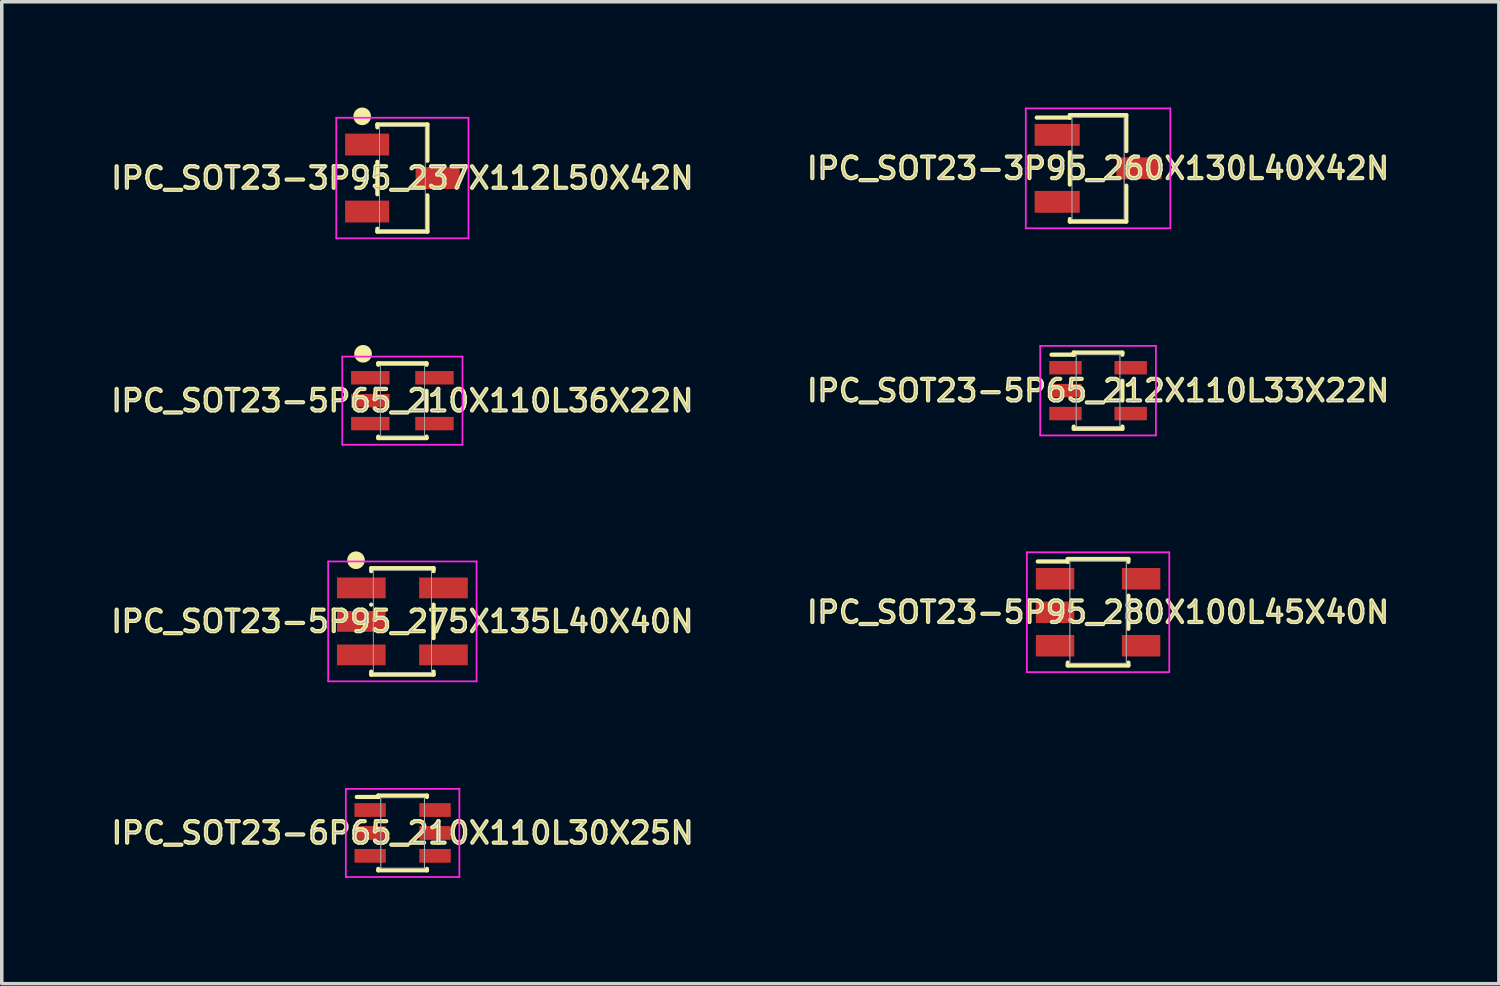
<source format=kicad_pcb>
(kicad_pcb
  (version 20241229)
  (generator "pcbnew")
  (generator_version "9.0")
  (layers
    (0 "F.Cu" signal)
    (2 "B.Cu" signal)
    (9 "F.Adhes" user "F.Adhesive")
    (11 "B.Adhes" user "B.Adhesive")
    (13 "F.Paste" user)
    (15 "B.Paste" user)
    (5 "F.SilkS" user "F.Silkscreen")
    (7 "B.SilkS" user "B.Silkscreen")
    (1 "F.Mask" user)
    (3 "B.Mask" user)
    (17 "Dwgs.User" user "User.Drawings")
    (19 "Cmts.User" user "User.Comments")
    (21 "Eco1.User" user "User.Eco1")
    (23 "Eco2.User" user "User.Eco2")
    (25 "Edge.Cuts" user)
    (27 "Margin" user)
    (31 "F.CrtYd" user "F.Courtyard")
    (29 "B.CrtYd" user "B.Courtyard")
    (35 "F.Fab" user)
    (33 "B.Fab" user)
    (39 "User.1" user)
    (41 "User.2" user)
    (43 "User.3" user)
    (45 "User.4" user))
  (footprint "IPC_SOT23-3P95_260X130L40X42N"
    (layer "F.Cu")
    (at 28.095 1.725)
    (property "Reference" "IPC_SOT23-3P95_260X130L40X42N" (at 0 0 0) (layer "F.SilkS") (effects (font (size 0.61 0.61) (thickness 0.12))))
    (attr smd)
    (fp_line (start -1.74 -1.44) (end -0.8 -1.44) (stroke (width 0.12) (type solid)) (layer "F.SilkS"))
    (fp_line (start -0.8 -1.51) (end 0.8 -1.51) (stroke (width 0.12) (type solid)) (layer "F.SilkS"))
    (fp_line (start -0.8 -1.44) (end -0.8 -1.51) (stroke (width 0.12) (type solid)) (layer "F.SilkS"))
    (fp_line (start -0.8 -1.44) (end -0.8 -1.44) (stroke (width 0.12) (type solid)) (layer "F.SilkS"))
    (fp_line (start -0.8 0.46) (end -0.8 -0.46) (stroke (width 0.12) (type solid)) (layer "F.SilkS"))
    (fp_line (start -0.8 1.51) (end -0.8 1.44) (stroke (width 0.12) (type solid)) (layer "F.SilkS"))
    (fp_line (start 0.8 -1.51) (end 0.8 -0.49) (stroke (width 0.12) (type solid)) (layer "F.SilkS"))
    (fp_line (start 0.8 0.49) (end 0.8 1.51) (stroke (width 0.12) (type solid)) (layer "F.SilkS"))
    (fp_line (start 0.8 1.51) (end -0.8 1.51) (stroke (width 0.12) (type solid)) (layer "F.SilkS"))
    (fp_line (start -2.05 -1.7) (end 2.05 -1.7) (stroke (width 0.05) (type solid)) (layer "F.CrtYd"))
    (fp_line (start -2.05 1.7) (end -2.05 -1.7) (stroke (width 0.05) (type solid)) (layer "F.CrtYd"))
    (fp_line (start 2.05 -1.7) (end 2.05 1.7) (stroke (width 0.05) (type solid)) (layer "F.CrtYd"))
    (fp_line (start 2.05 1.7) (end -2.05 1.7) (stroke (width 0.05) (type solid)) (layer "F.CrtYd"))
    (fp_line (start -0.74 -1.45) (end 0.74 -1.45) (stroke (width 0.03) (type solid)) (layer "F.Fab"))
    (fp_line (start -0.74 1.45) (end -0.74 -1.45) (stroke (width 0.03) (type solid)) (layer "F.Fab"))
    (fp_line (start 0.74 -1.45) (end 0.74 1.45) (stroke (width 0.03) (type solid)) (layer "F.Fab"))
    (fp_line (start 0.74 1.45) (end -0.74 1.45) (stroke (width 0.03) (type solid)) (layer "F.Fab"))
    (fp_text user "${REFERENCE}" (at 0 0 0) (layer "F.Fab") (effects (font (size 0.61 0.61) (thickness 0.025))))
    (pad "1" smd rect (at -1.16 -0.95 270) (size 0.62 1.28) (layers "F.Cu" "F.Mask" "F.Paste"))
    (pad "2" smd rect (at -1.16 0.95 270) (size 0.62 1.28) (layers "F.Cu" "F.Mask" "F.Paste"))
    (pad "3" smd rect (at 1.16 0 90) (size 0.62 1.28) (layers "F.Cu" "F.Mask" "F.Paste")))
  (footprint "IPC_SOT23-3P95_237X112L50X42N"
    (layer "F.Cu")
    (at 8.363 2)
    (property "Reference" "IPC_SOT23-3P95_237X112L50X42N" (at 0 0 0) (layer "F.SilkS") (effects (font (size 0.61 0.61) (thickness 0.12))))
    (attr smd)
    (fp_line (start -0.71 -1.52) (end -0.71 -1.44) (stroke (width 0.12) (type solid)) (layer "F.SilkS"))
    (fp_line (start -0.71 -0.46) (end -0.71 0.46) (stroke (width 0.12) (type solid)) (layer "F.SilkS"))
    (fp_line (start -0.71 1.44) (end -0.71 1.52) (stroke (width 0.12) (type solid)) (layer "F.SilkS"))
    (fp_line (start -0.71 1.52) (end 0.71 1.52) (stroke (width 0.12) (type solid)) (layer "F.SilkS"))
    (fp_line (start 0.71 -1.52) (end -0.71 -1.52) (stroke (width 0.12) (type solid)) (layer "F.SilkS"))
    (fp_line (start 0.71 -0.49) (end 0.71 -1.52) (stroke (width 0.12) (type solid)) (layer "F.SilkS"))
    (fp_line (start 0.71 1.52) (end 0.71 0.49) (stroke (width 0.12) (type solid)) (layer "F.SilkS"))
    (fp_circle (center -1.14 -1.75) (end -1.015 -1.75) (stroke (width 0.25) (type solid)) (fill no) (layer "F.SilkS"))
    (fp_line (start -1.875 -1.71) (end 1.875 -1.71) (stroke (width 0.05) (type solid)) (layer "F.CrtYd"))
    (fp_line (start -1.875 1.71) (end -1.875 -1.71) (stroke (width 0.05) (type solid)) (layer "F.CrtYd"))
    (fp_line (start 1.875 -1.71) (end 1.875 1.71) (stroke (width 0.05) (type solid)) (layer "F.CrtYd"))
    (fp_line (start 1.875 1.71) (end -1.875 1.71) (stroke (width 0.05) (type solid)) (layer "F.CrtYd"))
    (fp_line (start -0.65 -1.46) (end 0.65 -1.46) (stroke (width 0.025) (type solid)) (layer "F.Fab"))
    (fp_line (start -0.65 1.46) (end -0.65 -1.46) (stroke (width 0.025) (type solid)) (layer "F.Fab"))
    (fp_line (start 0.65 -1.46) (end 0.65 1.46) (stroke (width 0.025) (type solid)) (layer "F.Fab"))
    (fp_line (start 0.65 1.46) (end -0.65 1.46) (stroke (width 0.025) (type solid)) (layer "F.Fab"))
    (fp_text user "${REFERENCE}" (at 0 0 0) (layer "F.Fab") (effects (font (size 0.61 0.61) (thickness 0.025))))
    (pad "1" smd rect (at -1 -0.95 270) (size 0.62 1.25) (layers "F.Cu" "F.Mask" "F.Paste"))
    (pad "2" smd rect (at -1 0.95 270) (size 0.62 1.25) (layers "F.Cu" "F.Mask" "F.Paste"))
    (pad "3" smd rect (at 1 0 90) (size 0.62 1.25) (layers "F.Cu" "F.Mask" "F.Paste")))
  (footprint "IPC_SOT23-5P95_275X135L40X40N"
    (layer "F.Cu")
    (at 8.363 14.575)
    (property "Reference" "IPC_SOT23-5P95_275X135L40X40N" (at 0 0 0) (layer "F.SilkS") (effects (font (size 0.61 0.61) (thickness 0.12))))
    (attr smd)
    (fp_line (start -0.885 -1.51) (end -0.885 -1.425) (stroke (width 0.12) (type solid)) (layer "F.SilkS"))
    (fp_line (start -0.885 -0.475) (end -0.885 -0.475) (stroke (width 0.12) (type solid)) (layer "F.SilkS"))
    (fp_line (start -0.885 1.425) (end -0.885 1.51) (stroke (width 0.12) (type solid)) (layer "F.SilkS"))
    (fp_line (start -0.885 1.51) (end 0.885 1.51) (stroke (width 0.12) (type solid)) (layer "F.SilkS"))
    (fp_line (start 0.885 -1.51) (end -0.885 -1.51) (stroke (width 0.12) (type solid)) (layer "F.SilkS"))
    (fp_line (start 0.885 -1.425) (end 0.885 -1.51) (stroke (width 0.12) (type solid)) (layer "F.SilkS"))
    (fp_line (start 0.885 0.475) (end 0.885 -0.475) (stroke (width 0.12) (type solid)) (layer "F.SilkS"))
    (fp_line (start 0.885 1.51) (end 0.885 1.425) (stroke (width 0.12) (type solid)) (layer "F.SilkS"))
    (fp_circle (center -1.315 -1.735) (end -1.19 -1.735) (stroke (width 0.25) (type solid)) (fill no) (layer "F.SilkS"))
    (fp_line (start -2.105 -1.7) (end 2.105 -1.7) (stroke (width 0.05) (type solid)) (layer "F.CrtYd"))
    (fp_line (start -2.105 1.7) (end -2.105 -1.7) (stroke (width 0.05) (type solid)) (layer "F.CrtYd"))
    (fp_line (start 2.105 -1.7) (end 2.105 1.7) (stroke (width 0.05) (type solid)) (layer "F.CrtYd"))
    (fp_line (start 2.105 1.7) (end -2.105 1.7) (stroke (width 0.05) (type solid)) (layer "F.CrtYd"))
    (fp_line (start -0.825 -1.45) (end 0.825 -1.45) (stroke (width 0.025) (type solid)) (layer "F.Fab"))
    (fp_line (start -0.825 1.45) (end -0.825 -1.45) (stroke (width 0.025) (type solid)) (layer "F.Fab"))
    (fp_line (start 0.825 -1.45) (end 0.825 1.45) (stroke (width 0.025) (type solid)) (layer "F.Fab"))
    (fp_line (start 0.825 1.45) (end -0.825 1.45) (stroke (width 0.025) (type solid)) (layer "F.Fab"))
    (fp_text user "${REFERENCE}" (at 0 0 0) (layer "F.Fab") (effects (font (size 0.61 0.61) (thickness 0.025))))
    (pad "1" smd rect (at -1.165 -0.95 270) (size 0.59 1.38) (layers "F.Cu" "F.Mask" "F.Paste"))
    (pad "2" smd rect (at -1.165 0 270) (size 0.59 1.38) (layers "F.Cu" "F.Mask" "F.Paste"))
    (pad "3" smd rect (at -1.165 0.95 270) (size 0.59 1.38) (layers "F.Cu" "F.Mask" "F.Paste"))
    (pad "4" smd rect (at 1.165 0.95 90) (size 0.59 1.38) (layers "F.Cu" "F.Mask" "F.Paste"))
    (pad "5" smd rect (at 1.165 -0.95 90) (size 0.59 1.38) (layers "F.Cu" "F.Mask" "F.Paste")))
  (footprint "IPC_SOT23-5P95_280X100L45X40N"
    (layer "F.Cu")
    (at 28.095 14.315)
    (property "Reference" "IPC_SOT23-5P95_280X100L45X40N" (at 0 0 0) (layer "F.SilkS") (effects (font (size 0.61 0.61) (thickness 0.12))))
    (attr smd)
    (fp_line (start -1.71 -1.44) (end -0.86 -1.44) (stroke (width 0.12) (type solid)) (layer "F.SilkS"))
    (fp_line (start -0.86 -1.51) (end 0.86 -1.51) (stroke (width 0.12) (type solid)) (layer "F.SilkS"))
    (fp_line (start -0.86 -1.44) (end -0.86 -1.51) (stroke (width 0.12) (type solid)) (layer "F.SilkS"))
    (fp_line (start -0.86 -1.43) (end -0.86 -1.44) (stroke (width 0.12) (type solid)) (layer "F.SilkS"))
    (fp_line (start -0.86 1.51) (end -0.86 1.43) (stroke (width 0.12) (type solid)) (layer "F.SilkS"))
    (fp_line (start 0.86 -1.51) (end 0.86 -1.43) (stroke (width 0.12) (type solid)) (layer "F.SilkS"))
    (fp_line (start 0.86 -0.47) (end 0.86 0.47) (stroke (width 0.12) (type solid)) (layer "F.SilkS"))
    (fp_line (start 0.86 1.43) (end 0.86 1.51) (stroke (width 0.12) (type solid)) (layer "F.SilkS"))
    (fp_line (start 0.86 1.51) (end -0.86 1.51) (stroke (width 0.12) (type solid)) (layer "F.SilkS"))
    (fp_line (start -2.02 -1.7) (end 2.02 -1.7) (stroke (width 0.05) (type solid)) (layer "F.CrtYd"))
    (fp_line (start -2.02 1.7) (end -2.02 -1.7) (stroke (width 0.05) (type solid)) (layer "F.CrtYd"))
    (fp_line (start 2.02 -1.7) (end 2.02 1.7) (stroke (width 0.05) (type solid)) (layer "F.CrtYd"))
    (fp_line (start 2.02 1.7) (end -2.02 1.7) (stroke (width 0.05) (type solid)) (layer "F.CrtYd"))
    (fp_line (start -0.8 -1.45) (end 0.8 -1.45) (stroke (width 0.03) (type solid)) (layer "F.Fab"))
    (fp_line (start -0.8 1.45) (end -0.8 -1.45) (stroke (width 0.03) (type solid)) (layer "F.Fab"))
    (fp_line (start 0.8 -1.45) (end 0.8 1.45) (stroke (width 0.03) (type solid)) (layer "F.Fab"))
    (fp_line (start 0.8 1.45) (end -0.8 1.45) (stroke (width 0.03) (type solid)) (layer "F.Fab"))
    (fp_text user "${REFERENCE}" (at 0 0 0) (layer "F.Fab") (effects (font (size 0.61 0.61) (thickness 0.025))))
    (pad "1" smd rect (at -1.22 -0.95 270) (size 0.61 1.09) (layers "F.Cu" "F.Mask" "F.Paste"))
    (pad "2" smd rect (at -1.22 0 270) (size 0.61 1.09) (layers "F.Cu" "F.Mask" "F.Paste"))
    (pad "3" smd rect (at -1.22 0.95 270) (size 0.61 1.09) (layers "F.Cu" "F.Mask" "F.Paste"))
    (pad "4" smd rect (at 1.22 0.95 90) (size 0.61 1.09) (layers "F.Cu" "F.Mask" "F.Paste"))
    (pad "5" smd rect (at 1.22 -0.95 90) (size 0.61 1.09) (layers "F.Cu" "F.Mask" "F.Paste")))
  (footprint "IPC_SOT23-5P65_210X110L36X22N"
    (layer "F.Cu")
    (at 8.363 8.315)
    (property "Reference" "IPC_SOT23-5P65_210X110L36X22N" (at 0 0 0) (layer "F.SilkS") (effects (font (size 0.61 0.61) (thickness 0.12))))
    (attr smd)
    (fp_line (start -0.685 -1.06) (end -0.685 -1.02) (stroke (width 0.12) (type solid)) (layer "F.SilkS"))
    (fp_line (start -0.685 1.02) (end -0.685 1.06) (stroke (width 0.12) (type solid)) (layer "F.SilkS"))
    (fp_line (start -0.685 1.06) (end 0.685 1.06) (stroke (width 0.12) (type solid)) (layer "F.SilkS"))
    (fp_line (start 0.685 -1.06) (end -0.685 -1.06) (stroke (width 0.12) (type solid)) (layer "F.SilkS"))
    (fp_line (start 0.685 -1.02) (end 0.685 -1.06) (stroke (width 0.12) (type solid)) (layer "F.SilkS"))
    (fp_line (start 0.685 0.28) (end 0.685 -0.28) (stroke (width 0.12) (type solid)) (layer "F.SilkS"))
    (fp_line (start 0.685 1.06) (end 0.685 1.02) (stroke (width 0.12) (type solid)) (layer "F.SilkS"))
    (fp_circle (center -1.115 -1.33) (end -0.99 -1.33) (stroke (width 0.25) (type solid)) (fill no) (layer "F.SilkS"))
    (fp_line (start -1.705 -1.25) (end 1.705 -1.25) (stroke (width 0.05) (type solid)) (layer "F.CrtYd"))
    (fp_line (start -1.705 1.25) (end -1.705 -1.25) (stroke (width 0.05) (type solid)) (layer "F.CrtYd"))
    (fp_line (start 1.705 -1.25) (end 1.705 1.25) (stroke (width 0.05) (type solid)) (layer "F.CrtYd"))
    (fp_line (start 1.705 1.25) (end -1.705 1.25) (stroke (width 0.05) (type solid)) (layer "F.CrtYd"))
    (fp_line (start -0.625 -1) (end 0.625 -1) (stroke (width 0.025) (type solid)) (layer "F.Fab"))
    (fp_line (start -0.625 1) (end -0.625 -1) (stroke (width 0.025) (type solid)) (layer "F.Fab"))
    (fp_line (start 0.625 -1) (end 0.625 1) (stroke (width 0.025) (type solid)) (layer "F.Fab"))
    (fp_line (start 0.625 1) (end -0.625 1) (stroke (width 0.025) (type solid)) (layer "F.Fab"))
    (fp_text user "${REFERENCE}" (at 0 0 0) (layer "F.Fab") (effects (font (size 0.61 0.61) (thickness 0.025))))
    (pad "1" smd rect (at -0.91 -0.65 270) (size 0.38 1.09) (layers "F.Cu" "F.Mask" "F.Paste"))
    (pad "2" smd rect (at -0.91 0 270) (size 0.38 1.09) (layers "F.Cu" "F.Mask" "F.Paste"))
    (pad "3" smd rect (at -0.91 0.65 270) (size 0.38 1.09) (layers "F.Cu" "F.Mask" "F.Paste"))
    (pad "4" smd rect (at 0.91 0.65 90) (size 0.38 1.09) (layers "F.Cu" "F.Mask" "F.Paste"))
    (pad "5" smd rect (at 0.91 -0.65 90) (size 0.38 1.09) (layers "F.Cu" "F.Mask" "F.Paste")))
  (footprint "IPC_SOT23-6P65_210X110L30X25N"
    (layer "F.Cu")
    (at 8.369 20.575)
    (property "Reference" "IPC_SOT23-6P65_210X110L30X25N" (at 0 0 0) (layer "F.SilkS") (effects (font (size 0.61 0.61) (thickness 0.12))))
    (attr smd)
    (fp_line (start -1.3 -1.02) (end -0.69 -1.02) (stroke (width 0.12) (type solid)) (layer "F.SilkS"))
    (fp_line (start -0.69 -1.06) (end 0.69 -1.06) (stroke (width 0.12) (type solid)) (layer "F.SilkS"))
    (fp_line (start -0.69 -1.02) (end -0.69 -1.06) (stroke (width 0.12) (type solid)) (layer "F.SilkS"))
    (fp_line (start -0.69 -1.02) (end -0.69 -1.02) (stroke (width 0.12) (type solid)) (layer "F.SilkS"))
    (fp_line (start -0.69 1.06) (end -0.69 1.02) (stroke (width 0.12) (type solid)) (layer "F.SilkS"))
    (fp_line (start 0.69 -1.06) (end 0.69 -1.02) (stroke (width 0.12) (type solid)) (layer "F.SilkS"))
    (fp_line (start 0.69 1.02) (end 0.69 1.06) (stroke (width 0.12) (type solid)) (layer "F.SilkS"))
    (fp_line (start 0.69 1.06) (end -0.69 1.06) (stroke (width 0.12) (type solid)) (layer "F.SilkS"))
    (fp_line (start -1.61 -1.25) (end 1.61 -1.25) (stroke (width 0.05) (type solid)) (layer "F.CrtYd"))
    (fp_line (start -1.61 1.25) (end -1.61 -1.25) (stroke (width 0.05) (type solid)) (layer "F.CrtYd"))
    (fp_line (start 1.61 -1.25) (end 1.61 1.25) (stroke (width 0.05) (type solid)) (layer "F.CrtYd"))
    (fp_line (start 1.61 1.25) (end -1.61 1.25) (stroke (width 0.05) (type solid)) (layer "F.CrtYd"))
    (fp_line (start -0.62 -1) (end 0.62 -1) (stroke (width 0.03) (type solid)) (layer "F.Fab"))
    (fp_line (start -0.62 1) (end -0.62 -1) (stroke (width 0.03) (type solid)) (layer "F.Fab"))
    (fp_line (start 0.62 -1) (end 0.62 1) (stroke (width 0.03) (type solid)) (layer "F.Fab"))
    (fp_line (start 0.62 1) (end -0.62 1) (stroke (width 0.03) (type solid)) (layer "F.Fab"))
    (fp_text user "${REFERENCE}" (at 0 0 0) (layer "F.Fab") (effects (font (size 0.61 0.61) (thickness 0.025))))
    (pad "1" smd rect (at -0.92 -0.65 270) (size 0.39 0.89) (layers "F.Cu" "F.Mask" "F.Paste"))
    (pad "2" smd rect (at -0.92 0 270) (size 0.39 0.89) (layers "F.Cu" "F.Mask" "F.Paste"))
    (pad "3" smd rect (at -0.92 0.65 270) (size 0.39 0.89) (layers "F.Cu" "F.Mask" "F.Paste"))
    (pad "4" smd rect (at 0.92 0.65 90) (size 0.39 0.89) (layers "F.Cu" "F.Mask" "F.Paste"))
    (pad "5" smd rect (at 0.92 0 90) (size 0.39 0.89) (layers "F.Cu" "F.Mask" "F.Paste"))
    (pad "6" smd rect (at 0.92 -0.65 90) (size 0.39 0.89) (layers "F.Cu" "F.Mask" "F.Paste")))
  (footprint "IPC_SOT23-5P65_212X110L33X22N"
    (layer "F.Cu")
    (at 28.095 8.03)
    (property "Reference" "IPC_SOT23-5P65_212X110L33X22N" (at 0 0 0) (layer "F.SilkS") (effects (font (size 0.61 0.61) (thickness 0.12))))
    (attr smd)
    (fp_line (start -1.32 -1.02) (end -0.69 -1.02) (stroke (width 0.12) (type solid)) (layer "F.SilkS"))
    (fp_line (start -0.69 -1.08) (end 0.69 -1.08) (stroke (width 0.12) (type solid)) (layer "F.SilkS"))
    (fp_line (start -0.69 -1.02) (end -0.69 -1.08) (stroke (width 0.12) (type solid)) (layer "F.SilkS"))
    (fp_line (start -0.69 -1.02) (end -0.69 -1.02) (stroke (width 0.12) (type solid)) (layer "F.SilkS"))
    (fp_line (start -0.69 1.08) (end -0.69 1.02) (stroke (width 0.12) (type solid)) (layer "F.SilkS"))
    (fp_line (start 0.69 -1.08) (end 0.69 -1.02) (stroke (width 0.12) (type solid)) (layer "F.SilkS"))
    (fp_line (start 0.69 -0.28) (end 0.69 0.28) (stroke (width 0.12) (type solid)) (layer "F.SilkS"))
    (fp_line (start 0.69 1.02) (end 0.69 1.08) (stroke (width 0.12) (type solid)) (layer "F.SilkS"))
    (fp_line (start 0.69 1.08) (end -0.69 1.08) (stroke (width 0.12) (type solid)) (layer "F.SilkS"))
    (fp_line (start -1.64 -1.27) (end 1.64 -1.27) (stroke (width 0.05) (type solid)) (layer "F.CrtYd"))
    (fp_line (start -1.64 1.27) (end -1.64 -1.27) (stroke (width 0.05) (type solid)) (layer "F.CrtYd"))
    (fp_line (start 1.64 -1.27) (end 1.64 1.27) (stroke (width 0.05) (type solid)) (layer "F.CrtYd"))
    (fp_line (start 1.64 1.27) (end -1.64 1.27) (stroke (width 0.05) (type solid)) (layer "F.CrtYd"))
    (fp_line (start -0.62 -1.02) (end 0.62 -1.02) (stroke (width 0.03) (type solid)) (layer "F.Fab"))
    (fp_line (start -0.62 1.02) (end -0.62 -1.02) (stroke (width 0.03) (type solid)) (layer "F.Fab"))
    (fp_line (start 0.62 -1.02) (end 0.62 1.02) (stroke (width 0.03) (type solid)) (layer "F.Fab"))
    (fp_line (start 0.62 1.02) (end -0.62 1.02) (stroke (width 0.03) (type solid)) (layer "F.Fab"))
    (fp_text user "${REFERENCE}" (at 0 0 0) (layer "F.Fab") (effects (font (size 0.61 0.61) (thickness 0.025))))
    (pad "1" smd rect (at -0.925 -0.65 270) (size 0.38 0.92) (layers "F.Cu" "F.Mask" "F.Paste"))
    (pad "2" smd rect (at -0.925 0 270) (size 0.38 0.92) (layers "F.Cu" "F.Mask" "F.Paste"))
    (pad "3" smd rect (at -0.925 0.65 270) (size 0.38 0.92) (layers "F.Cu" "F.Mask" "F.Paste"))
    (pad "4" smd rect (at 0.925 0.65 90) (size 0.38 0.92) (layers "F.Cu" "F.Mask" "F.Paste"))
    (pad "5" smd rect (at 0.925 -0.65 90) (size 0.38 0.92) (layers "F.Cu" "F.Mask" "F.Paste")))
  (gr_rect
    (start -3 -3)
    (end 39.463 24.85)
    (stroke (width 0.1) (type default))
    (fill no)
    (layer "Edge.Cuts")))
</source>
